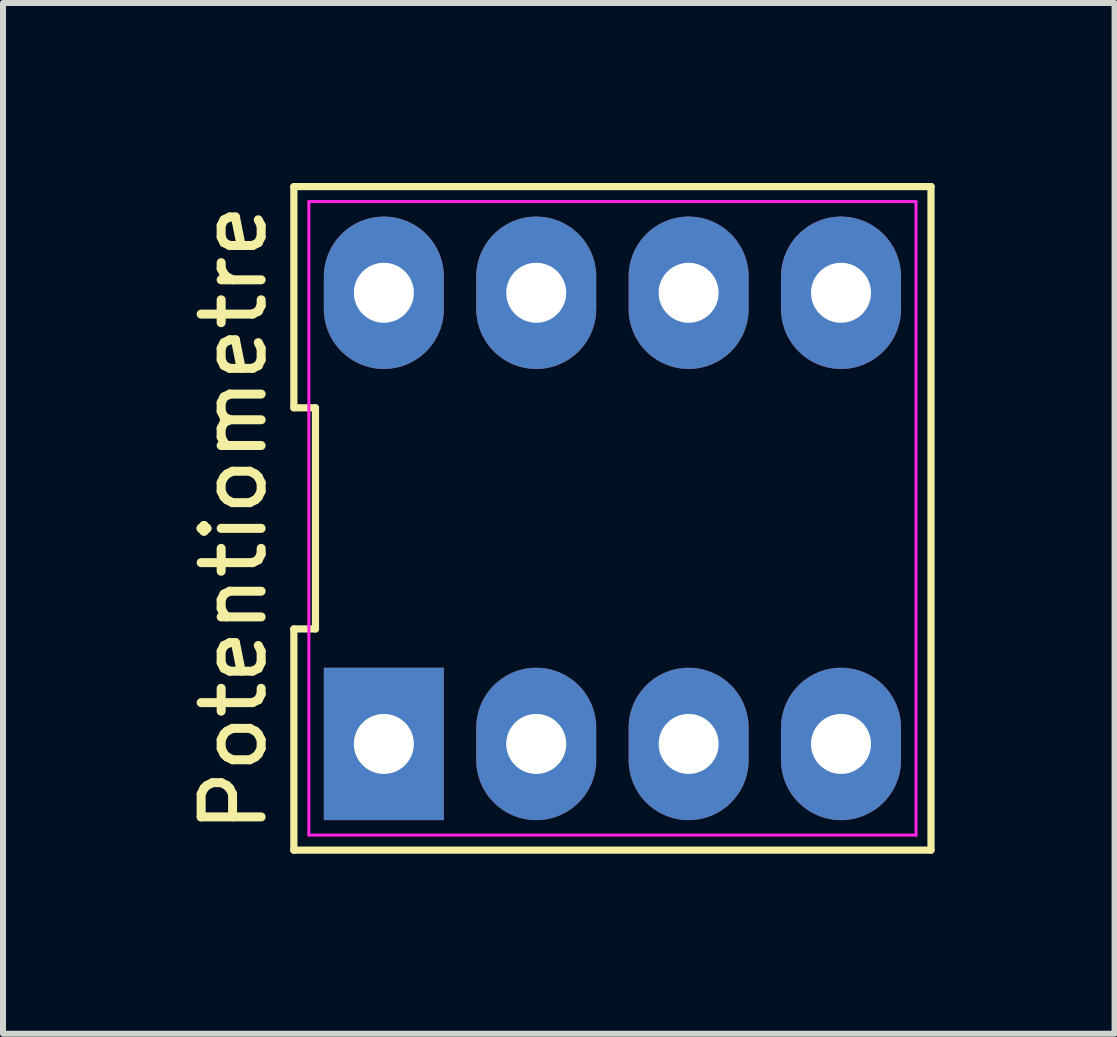
<source format=kicad_pcb>
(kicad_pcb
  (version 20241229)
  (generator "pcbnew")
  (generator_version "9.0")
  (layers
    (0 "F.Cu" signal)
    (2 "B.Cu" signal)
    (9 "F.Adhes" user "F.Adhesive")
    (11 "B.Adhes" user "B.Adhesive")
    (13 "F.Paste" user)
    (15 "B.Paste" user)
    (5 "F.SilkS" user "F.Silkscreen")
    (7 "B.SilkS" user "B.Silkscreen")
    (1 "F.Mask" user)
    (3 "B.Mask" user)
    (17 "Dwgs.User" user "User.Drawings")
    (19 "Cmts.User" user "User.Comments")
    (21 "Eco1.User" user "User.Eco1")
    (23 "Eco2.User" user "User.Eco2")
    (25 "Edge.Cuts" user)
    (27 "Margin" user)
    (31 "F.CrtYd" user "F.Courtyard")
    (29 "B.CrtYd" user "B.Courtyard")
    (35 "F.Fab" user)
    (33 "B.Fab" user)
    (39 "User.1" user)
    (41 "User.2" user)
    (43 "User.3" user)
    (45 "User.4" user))
  (footprint "Potentiometre"
    (layer "F.Cu")
    (at 7.158 5.59)
    (property "Reference" "Potentiometre" (at -6.31 0 90) (layer "F.SilkS") (effects (font (size 1 1) (thickness 0.15))))
    (attr through_hole)
    (fp_line (start -5.31 -5.53) (end -5.31 -1.843) (stroke (width 0.12) (type default)) (layer "F.SilkS"))
    (fp_line (start -5.31 -1.843) (end -4.95 -1.843) (stroke (width 0.12) (type default)) (layer "F.SilkS"))
    (fp_line (start -5.31 1.843) (end -5.31 5.53) (stroke (width 0.12) (type default)) (layer "F.SilkS"))
    (fp_line (start -5.31 5.53) (end 5.31 5.53) (stroke (width 0.12) (type default)) (layer "F.SilkS"))
    (fp_line (start -4.95 -1.843) (end -4.95 1.843) (stroke (width 0.12) (type default)) (layer "F.SilkS"))
    (fp_line (start -4.95 1.843) (end -5.31 1.843) (stroke (width 0.12) (type default)) (layer "F.SilkS"))
    (fp_line (start 5.31 -5.53) (end -5.31 -5.53) (stroke (width 0.12) (type default)) (layer "F.SilkS"))
    (fp_line (start 5.31 5.53) (end 5.31 -5.53) (stroke (width 0.12) (type default)) (layer "F.SilkS"))
    (fp_line (start -5.06 -5.28) (end 5.06 -5.28) (stroke (width 0.05) (type default)) (layer "F.CrtYd"))
    (fp_line (start -5.06 5.28) (end -5.06 -5.28) (stroke (width 0.05) (type default)) (layer "F.CrtYd"))
    (fp_line (start 5.06 -5.28) (end 5.06 5.28) (stroke (width 0.05) (type default)) (layer "F.CrtYd"))
    (fp_line (start 5.06 5.28) (end -5.06 5.28) (stroke (width 0.05) (type default)) (layer "F.CrtYd"))
    (pad "1" thru_hole rect (at -3.81 3.76) (size 2 2.54) (drill 1) (layers "*.Cu" "*.Mask"))
    (pad "2" thru_hole oval (at -1.27 3.76) (size 2 2.54) (drill 1) (layers "*.Cu" "*.Mask"))
    (pad "3" thru_hole oval (at 1.27 3.76) (size 2 2.54) (drill 1) (layers "*.Cu" "*.Mask"))
    (pad "4" thru_hole oval (at 3.81 3.76) (size 2 2.54) (drill 1) (layers "*.Cu" "*.Mask"))
    (pad "5" thru_hole oval (at 3.81 -3.76) (size 2 2.54) (drill 1) (layers "*.Cu" "*.Mask"))
    (pad "6" thru_hole oval (at 1.27 -3.76) (size 2 2.54) (drill 1) (layers "*.Cu" "*.Mask"))
    (pad "7" thru_hole oval (at -1.27 -3.76) (size 2 2.54) (drill 1) (layers "*.Cu" "*.Mask"))
    (pad "8" thru_hole oval (at -3.81 -3.76) (size 2 2.54) (drill 1) (layers "*.Cu" "*.Mask")))
  (gr_rect
    (start -3 -3)
    (end 15.528 14.18)
    (stroke (width 0.1) (type default))
    (fill no)
    (layer "Edge.Cuts")))
</source>
